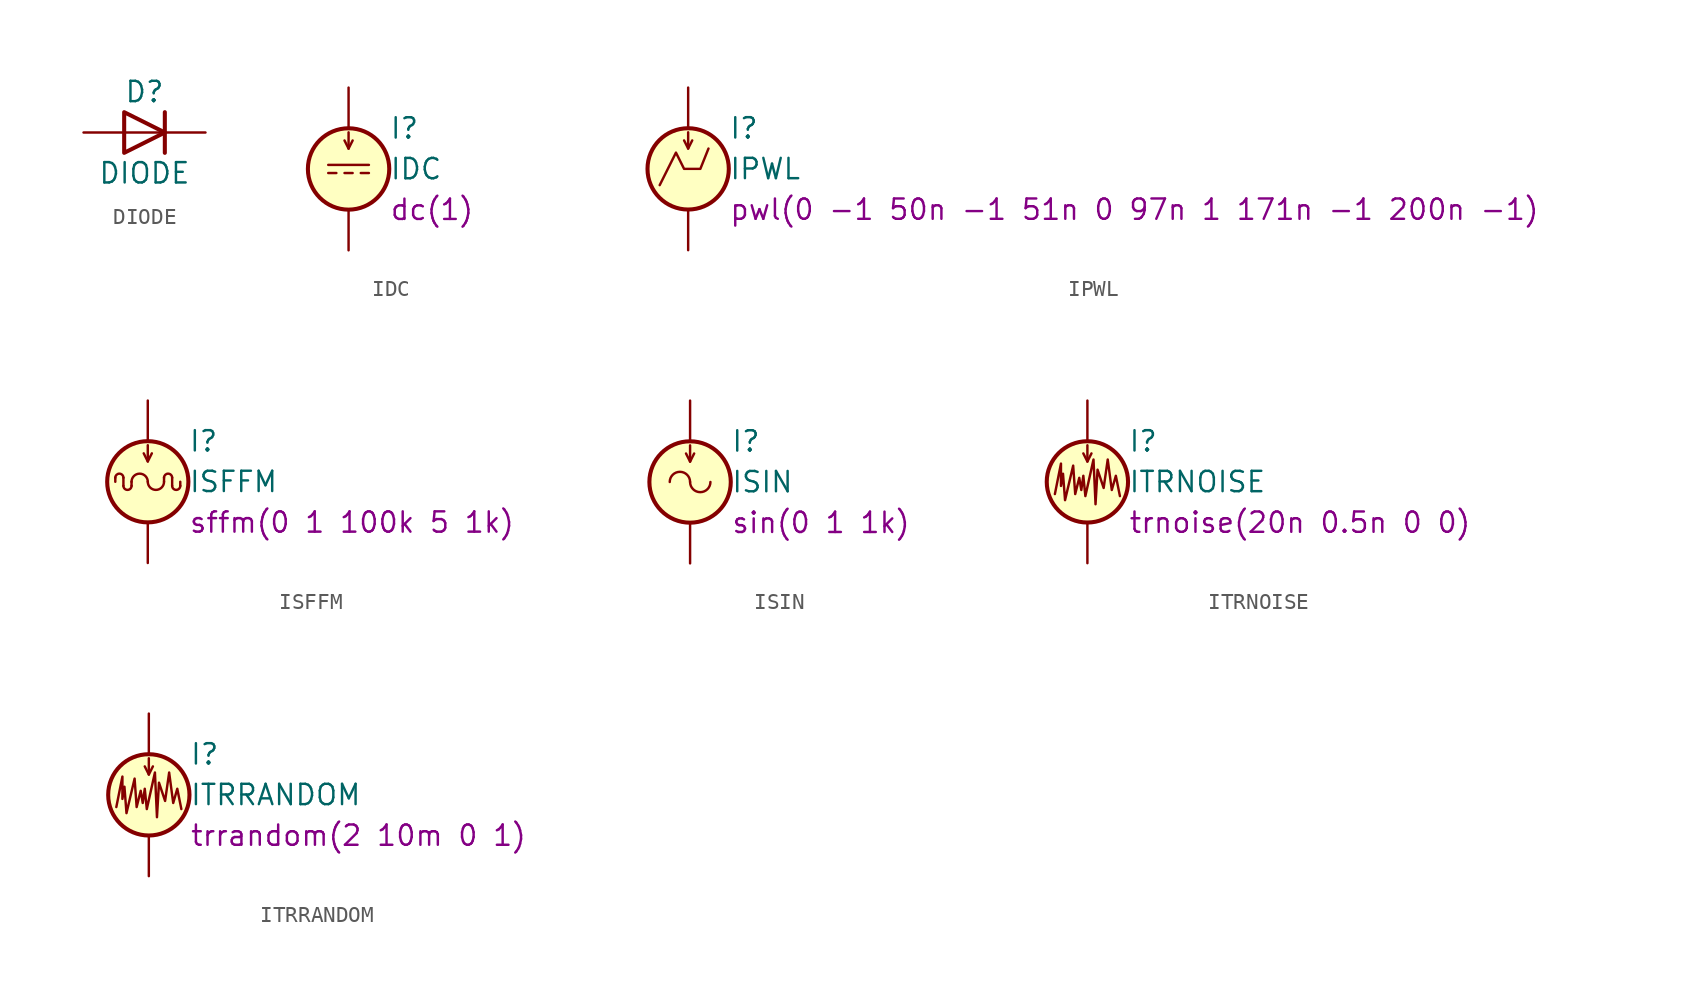
<source format=kicad_sym>
(kicad_symbol_lib
  (version 20201005)
  (generator kicad_symbol_editor)
  (symbol "DIODE"
    (pin_numbers hide)
    (pin_names
      (offset 1.016) hide)
    (property "Reference" "D"
      (at 0 2.54 0)
      (effects (font (size 1.27 1.27))))
    (property "Value" "DIODE"
      (at 0 -2.54 0)
      (effects (font (size 1.27 1.27))))
    (symbol "DIODE_0_1"
      (polyline (pts (xy 1.27 0) (xy -1.27 0)) (stroke (width 0)) (fill (type none)))
      (polyline (pts (xy 1.27 1.27) (xy 1.27 -1.27)) (stroke (width 0.254)) (fill (type none)))
      (polyline (pts (xy -1.27 -1.27) (xy -1.27 1.27) (xy 1.27 0) (xy -1.27 -1.27)) (stroke (width 0.254)) (fill (type none))))
    (symbol "DIODE_1_1"
      (pin passive line (at -3.81 0 0) (length 2.54) (name "A" (effects (font (size 1.27 1.27)))) (number "1" (effects (font (size 1.27 1.27)))))
      (pin passive line (at 3.81 0 180) (length 2.54) (name "K" (effects (font (size 1.27 1.27)))) (number "2" (effects (font (size 1.27 1.27)))))))
  (symbol "IDC"
    (pin_numbers hide)
    (pin_names
      (offset 0.025))
    (property "Reference" "I"
      (at 2.54 2.54 0)
      (effects (font (size 1.27 1.27)) (justify left)))
    (property "Value" "IDC"
      (at 2.54 0 0)
      (effects (font (size 1.27 1.27)) (justify left)))
    (property "Spice_Model" "dc(1)"
      (at 2.54 -2.54 0)
      (effects (font (size 1.27 1.27)) (justify left)))
    (symbol "IDC_0_0"
      (polyline (pts (xy -1.27 0.254) (xy 1.27 0.254)) (stroke (width 0)) (fill (type none)))
      (polyline (pts (xy -0.762 -0.254) (xy -1.27 -0.254)) (stroke (width 0)) (fill (type none)))
      (polyline (pts (xy 0.254 -0.254) (xy -0.254 -0.254)) (stroke (width 0)) (fill (type none)))
      (polyline (pts (xy 1.27 -0.254) (xy 0.762 -0.254)) (stroke (width 0)) (fill (type none))))
    (symbol "IDC_0_1"
      (circle (center 0 0) (radius 2.54) (stroke (width 0.254)) (fill (type background)))
      (polyline (pts (xy 0 1.27) (xy 0 2.286)) (stroke (width 0)) (fill (type none)))
      (polyline (pts (xy -0.254 1.778) (xy 0 1.27) (xy 0.254 1.778)) (stroke (width 0)) (fill (type none))))
    (symbol "IDC_1_1"
      (pin passive line (at 0 5.08 270) (length 2.54) (name "~" (effects (font (size 1.27 1.27)))) (number "1" (effects (font (size 1.27 1.27)))))
      (pin passive line (at 0 -5.08 90) (length 2.54) (name "~" (effects (font (size 1.27 1.27)))) (number "2" (effects (font (size 1.27 1.27)))))))
  (symbol "IPWL"
    (pin_numbers hide)
    (pin_names
      (offset 0.025))
    (property "Reference" "I"
      (at 2.54 2.54 0)
      (effects (font (size 1.27 1.27)) (justify left)))
    (property "Value" "IPWL"
      (at 2.54 0 0)
      (effects (font (size 1.27 1.27)) (justify left)))
    (property "Spice_Model" "pwl(0 -1 50n -1 51n 0 97n 1 171n -1 200n -1)"
      (at 2.54 -2.54 0)
      (effects (font (size 1.27 1.27)) (justify left)))
    (symbol "IPWL_0_0"
      (polyline (pts (xy -1.778 -1.016) (xy -0.762 1.016) (xy -0.254 0) (xy 0.762 0) (xy 1.27 1.27)) (stroke (width 0)) (fill (type none))))
    (symbol "IPWL_0_1"
      (circle (center 0 0) (radius 2.54) (stroke (width 0.254)) (fill (type background)))
      (polyline (pts (xy 0 1.27) (xy 0 2.286)) (stroke (width 0)) (fill (type none)))
      (polyline (pts (xy -0.254 1.778) (xy 0 1.27) (xy 0.254 1.778)) (stroke (width 0)) (fill (type none))))
    (symbol "IPWL_1_1"
      (pin passive line (at 0 5.08 270) (length 2.54) (name "~" (effects (font (size 1.27 1.27)))) (number "1" (effects (font (size 1.27 1.27)))))
      (pin passive line (at 0 -5.08 90) (length 2.54) (name "~" (effects (font (size 1.27 1.27)))) (number "2" (effects (font (size 1.27 1.27)))))))
  (symbol "ISFFM"
    (pin_numbers hide)
    (pin_names
      (offset 0.025))
    (property "Reference" "I"
      (at 2.54 2.54 0)
      (effects (font (size 1.27 1.27)) (justify left)))
    (property "Value" "ISFFM"
      (at 2.54 0 0)
      (effects (font (size 1.27 1.27)) (justify left)))
    (property "Spice_Model" "sffm(0 1 100k 5 1k)"
      (at 2.54 -2.54 0)
      (effects (font (size 1.27 1.27)) (justify left)))
    (symbol "ISFFM_0_1"
      (arc (start -1.524 0.254) (end -2.032 0.254) (radius (at -1.778 0.254) (length 0.254) (angles 0.1 180)) (stroke (width 0)) (fill (type none)))
      (arc (start -1.524 -0.254) (end -1.016 -0.254) (radius (at -1.27 -0.254) (length 0.254) (angles 180 -0.1)) (stroke (width 0)) (fill (type none)))
      (arc (start 0 0) (end -1.016 0) (radius (at -0.508 0) (length 0.508) (angles 0.1 180)) (stroke (width 0)) (fill (type none)))
      (arc (start 0 0) (end 1.016 0) (radius (at 0.508 0) (length 0.508) (angles 180 -0.1)) (stroke (width 0)) (fill (type none)))
      (arc (start 1.524 0.254) (end 1.016 0.254) (radius (at 1.27 0.254) (length 0.254) (angles 0.1 180)) (stroke (width 0)) (fill (type none)))
      (arc (start 1.524 -0.254) (end 2.032 -0.254) (radius (at 1.778 -0.254) (length 0.254) (angles 180 -0.1)) (stroke (width 0)) (fill (type none)))
      (circle (center 0 0) (radius 2.54) (stroke (width 0.254)) (fill (type background)))
      (polyline (pts (xy -2.032 0.254) (xy -2.032 0)) (stroke (width 0)) (fill (type none)))
      (polyline (pts (xy -1.524 -0.254) (xy -1.524 0.254)) (stroke (width 0)) (fill (type none)))
      (polyline (pts (xy -1.016 0) (xy -1.016 -0.254)) (stroke (width 0)) (fill (type none)))
      (polyline (pts (xy 0 1.27) (xy 0 2.286)) (stroke (width 0)) (fill (type none)))
      (polyline (pts (xy 1.016 0.254) (xy 1.016 0)) (stroke (width 0)) (fill (type none)))
      (polyline (pts (xy 1.524 0.254) (xy 1.524 -0.254)) (stroke (width 0)) (fill (type none)))
      (polyline (pts (xy 2.032 -0.254) (xy 2.032 0)) (stroke (width 0)) (fill (type none)))
      (polyline (pts (xy -0.254 1.778) (xy 0 1.27) (xy 0.254 1.778)) (stroke (width 0)) (fill (type none))))
    (symbol "ISFFM_1_1"
      (pin passive line (at 0 5.08 270) (length 2.54) (name "~" (effects (font (size 1.27 1.27)))) (number "1" (effects (font (size 1.27 1.27)))))
      (pin passive line (at 0 -5.08 90) (length 2.54) (name "~" (effects (font (size 1.27 1.27)))) (number "2" (effects (font (size 1.27 1.27)))))))
  (symbol "ISIN"
    (pin_numbers hide)
    (pin_names
      (offset 0.025))
    (property "Reference" "I"
      (at 2.54 2.54 0)
      (effects (font (size 1.27 1.27)) (justify left)))
    (property "Value" "ISIN"
      (at 2.54 0 0)
      (effects (font (size 1.27 1.27)) (justify left)))
    (property "Spice_Model" "sin(0 1 1k)"
      (at 2.54 -2.54 0)
      (effects (font (size 1.27 1.27)) (justify left)))
    (symbol "ISIN_0_0"
      (arc (start 0 0) (end -1.27 0) (radius (at -0.635 0) (length 0.635) (angles 0.1 180)) (stroke (width 0)) (fill (type none)))
      (arc (start 0 0) (end 1.27 0) (radius (at 0.635 0) (length 0.635) (angles 180 -0.1)) (stroke (width 0)) (fill (type none))))
    (symbol "ISIN_0_1"
      (circle (center 0 0) (radius 2.54) (stroke (width 0.254)) (fill (type background)))
      (polyline (pts (xy 0 1.27) (xy 0 2.286)) (stroke (width 0)) (fill (type none)))
      (polyline (pts (xy -0.254 1.778) (xy 0 1.27) (xy 0.254 1.778)) (stroke (width 0)) (fill (type none))))
    (symbol "ISIN_1_1"
      (pin passive line (at 0 5.08 270) (length 2.54) (name "~" (effects (font (size 1.27 1.27)))) (number "1" (effects (font (size 1.27 1.27)))))
      (pin passive line (at 0 -5.08 90) (length 2.54) (name "~" (effects (font (size 1.27 1.27)))) (number "2" (effects (font (size 1.27 1.27)))))))
  (symbol "ITRNOISE"
    (pin_numbers hide)
    (pin_names
      (offset 0.025))
    (property "Reference" "I"
      (at 2.54 2.54 0)
      (effects (font (size 1.27 1.27)) (justify left)))
    (property "Value" "ITRNOISE"
      (at 2.54 0 0)
      (effects (font (size 1.27 1.27)) (justify left)))
    (property "Spice_Model" "trnoise(20n 0.5n 0 0)"
      (at 2.54 -2.54 0)
      (effects (font (size 1.27 1.27)) (justify left)))
    (symbol "ITRNOISE_0_1"
      (circle (center 0 0) (radius 2.54) (stroke (width 0.254)) (fill (type background)))
      (polyline (pts (xy 0 1.27) (xy 0 2.286)) (stroke (width 0)) (fill (type none)))
      (polyline (pts (xy -0.254 1.778) (xy 0 1.27) (xy 0.254 1.778)) (stroke (width 0)) (fill (type none)))
      (polyline (pts (xy -2.032 -0.762) (xy -1.651 1.143) (xy -1.651 -0.254) (xy -1.524 0.508) (xy -1.397 -1.143) (xy -0.889 1.016) (xy -0.762 -0.762) (xy -0.508 0.254) (xy -0.381 -0.508) (xy -0.254 0.381) (xy -0.127 -0.889) (xy 0.381 1.397) (xy 0.508 -1.397) (xy 0.635 0.762) (xy 1.016 -0.381) (xy 1.27 1.397) (xy 1.524 -0.508) (xy 1.778 0.381) (xy 2.032 -0.889)) (stroke (width 0)) (fill (type none))))
    (symbol "ITRNOISE_1_1"
      (pin passive line (at 0 5.08 270) (length 2.54) (name "~" (effects (font (size 1.27 1.27)))) (number "1" (effects (font (size 1.27 1.27)))))
      (pin passive line (at 0 -5.08 90) (length 2.54) (name "~" (effects (font (size 1.27 1.27)))) (number "2" (effects (font (size 1.27 1.27)))))))
  (symbol "ITRRANDOM"
    (pin_numbers hide)
    (pin_names
      (offset 0.025))
    (property "Reference" "I"
      (at 2.54 2.54 0)
      (effects (font (size 1.27 1.27)) (justify left)))
    (property "Value" "ITRRANDOM"
      (at 2.54 0 0)
      (effects (font (size 1.27 1.27)) (justify left)))
    (property "Spice_Model" "trrandom(2 10m 0 1)"
      (at 2.54 -2.54 0)
      (effects (font (size 1.27 1.27)) (justify left)))
    (symbol "ITRRANDOM_0_1"
      (circle (center 0 0) (radius 2.54) (stroke (width 0.254)) (fill (type background)))
      (polyline (pts (xy 0 1.27) (xy 0 2.286)) (stroke (width 0)) (fill (type none)))
      (polyline (pts (xy -0.254 1.778) (xy 0 1.27) (xy 0.254 1.778)) (stroke (width 0)) (fill (type none)))
      (polyline (pts (xy -2.032 -0.762) (xy -1.651 1.143) (xy -1.651 -0.254) (xy -1.524 0.508) (xy -1.397 -1.143) (xy -0.889 1.016) (xy -0.762 -0.762) (xy -0.508 0.254) (xy -0.381 -0.508) (xy -0.254 0.381) (xy -0.127 -0.889) (xy 0.381 1.397) (xy 0.508 -1.397) (xy 0.635 0.762) (xy 1.016 -0.381) (xy 1.27 1.397) (xy 1.524 -0.508) (xy 1.778 0.381) (xy 2.032 -0.889)) (stroke (width 0)) (fill (type none))))
    (symbol "ITRRANDOM_1_1"
      (pin passive line (at 0 5.08 270) (length 2.54) (name "~" (effects (font (size 1.27 1.27)))) (number "1" (effects (font (size 1.27 1.27)))))
      (pin passive line (at 0 -5.08 90) (length 2.54) (name "~" (effects (font (size 1.27 1.27)))) (number "2" (effects (font (size 1.27 1.27))))))))
</source>
